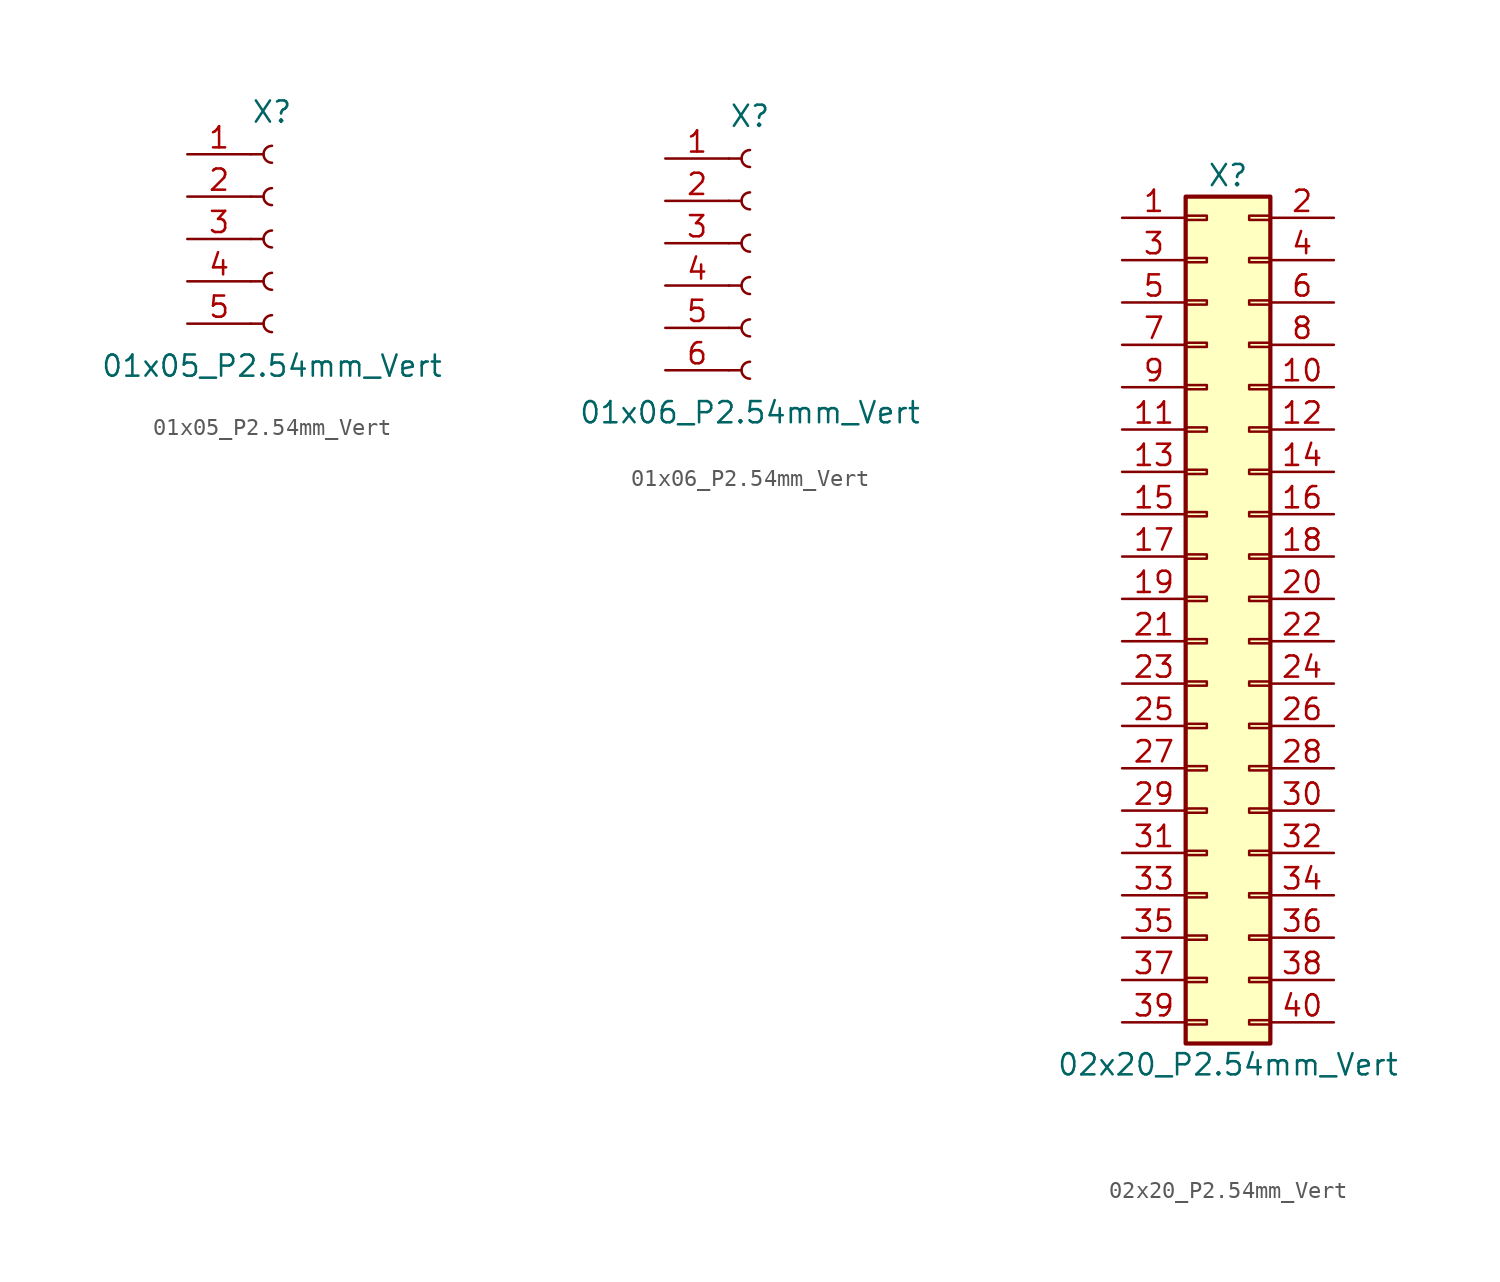
<source format=kicad_sym>
(kicad_symbol_lib
  (version 20220914)
  (generator kicad_db_lib)
  (symbol "01x05_P2.54mm_Vert"
    (pin_names
      (offset 1.016) hide)
    (property "Reference" "X"
      (at 0 7.62 0)
      (effects (font (size 1.27 1.27))))
    (property "Value" "01x05_P2.54mm_Vert"
      (at 0 -7.62 0)
      (effects (font (size 1.27 1.27))))
    (property "ki_locked" ""
      (at 0 0 0)
      (effects (font (size 1.27 1.27))))
    (symbol "01x05_P2.54mm_Vert_1_1"
      (arc (start 0 -4.572) (mid -0.5058 -5.08) (end 0 -5.588) (stroke (width 0.1524) (type default)) (fill (type none)))
      (arc (start 0 -2.032) (mid -0.5058 -2.54) (end 0 -3.048) (stroke (width 0.1524) (type default)) (fill (type none)))
      (polyline (pts (xy -1.27 -5.08) (xy -0.508 -5.08)) (stroke (width 0.152) (type default)) (fill (type none)))
      (polyline (pts (xy -1.27 -2.54) (xy -0.508 -2.54)) (stroke (width 0.152) (type default)) (fill (type none)))
      (polyline (pts (xy -1.27 0) (xy -0.508 0)) (stroke (width 0.152) (type default)) (fill (type none)))
      (polyline (pts (xy -1.27 2.54) (xy -0.508 2.54)) (stroke (width 0.152) (type default)) (fill (type none)))
      (polyline (pts (xy -1.27 5.08) (xy -0.508 5.08)) (stroke (width 0.152) (type default)) (fill (type none)))
      (arc (start 0 0.508) (mid -0.5058 0) (end 0 -0.508) (stroke (width 0.1524) (type default)) (fill (type none)))
      (arc (start 0 3.048) (mid -0.5058 2.54) (end 0 2.032) (stroke (width 0.1524) (type default)) (fill (type none)))
      (arc (start 0 5.588) (mid -0.5058 5.08) (end 0 4.572) (stroke (width 0.1524) (type default)) (fill (type none)))
      (pin passive line (at -5.08 5.08 0) (length 3.81) (name "Pin_1" (effects (font (size 1.27 1.27)))) (number "1" (effects (font (size 1.27 1.27)))))
      (pin passive line (at -5.08 2.54 0) (length 3.81) (name "Pin_2" (effects (font (size 1.27 1.27)))) (number "2" (effects (font (size 1.27 1.27)))))
      (pin passive line (at -5.08 0 0) (length 3.81) (name "Pin_3" (effects (font (size 1.27 1.27)))) (number "3" (effects (font (size 1.27 1.27)))))
      (pin passive line (at -5.08 -2.54 0) (length 3.81) (name "Pin_4" (effects (font (size 1.27 1.27)))) (number "4" (effects (font (size 1.27 1.27)))))
      (pin passive line (at -5.08 -5.08 0) (length 3.81) (name "Pin_5" (effects (font (size 1.27 1.27)))) (number "5" (effects (font (size 1.27 1.27)))))))
  (symbol "01x06_P2.54mm_Vert"
    (pin_names
      (offset 1.016) hide)
    (property "Reference" "X"
      (at 0 7.62 0)
      (effects (font (size 1.27 1.27))))
    (property "Value" "01x06_P2.54mm_Vert"
      (at 0 -10.16 0)
      (effects (font (size 1.27 1.27))))
    (property "ki_locked" ""
      (at 0 0 0)
      (effects (font (size 1.27 1.27))))
    (symbol "01x06_P2.54mm_Vert_1_1"
      (arc (start 0 -7.112) (mid -0.5058 -7.62) (end 0 -8.128) (stroke (width 0.1524) (type default)) (fill (type none)))
      (arc (start 0 -4.572) (mid -0.5058 -5.08) (end 0 -5.588) (stroke (width 0.1524) (type default)) (fill (type none)))
      (arc (start 0 -2.032) (mid -0.5058 -2.54) (end 0 -3.048) (stroke (width 0.1524) (type default)) (fill (type none)))
      (polyline (pts (xy -1.27 -7.62) (xy -0.508 -7.62)) (stroke (width 0.152) (type default)) (fill (type none)))
      (polyline (pts (xy -1.27 -5.08) (xy -0.508 -5.08)) (stroke (width 0.152) (type default)) (fill (type none)))
      (polyline (pts (xy -1.27 -2.54) (xy -0.508 -2.54)) (stroke (width 0.152) (type default)) (fill (type none)))
      (polyline (pts (xy -1.27 0) (xy -0.508 0)) (stroke (width 0.152) (type default)) (fill (type none)))
      (polyline (pts (xy -1.27 2.54) (xy -0.508 2.54)) (stroke (width 0.152) (type default)) (fill (type none)))
      (polyline (pts (xy -1.27 5.08) (xy -0.508 5.08)) (stroke (width 0.152) (type default)) (fill (type none)))
      (arc (start 0 0.508) (mid -0.5058 0) (end 0 -0.508) (stroke (width 0.1524) (type default)) (fill (type none)))
      (arc (start 0 3.048) (mid -0.5058 2.54) (end 0 2.032) (stroke (width 0.1524) (type default)) (fill (type none)))
      (arc (start 0 5.588) (mid -0.5058 5.08) (end 0 4.572) (stroke (width 0.1524) (type default)) (fill (type none)))
      (pin passive line (at -5.08 5.08 0) (length 3.81) (name "Pin_1" (effects (font (size 1.27 1.27)))) (number "1" (effects (font (size 1.27 1.27)))))
      (pin passive line (at -5.08 2.54 0) (length 3.81) (name "Pin_2" (effects (font (size 1.27 1.27)))) (number "2" (effects (font (size 1.27 1.27)))))
      (pin passive line (at -5.08 0 0) (length 3.81) (name "Pin_3" (effects (font (size 1.27 1.27)))) (number "3" (effects (font (size 1.27 1.27)))))
      (pin passive line (at -5.08 -2.54 0) (length 3.81) (name "Pin_4" (effects (font (size 1.27 1.27)))) (number "4" (effects (font (size 1.27 1.27)))))
      (pin passive line (at -5.08 -5.08 0) (length 3.81) (name "Pin_5" (effects (font (size 1.27 1.27)))) (number "5" (effects (font (size 1.27 1.27)))))
      (pin passive line (at -5.08 -7.62 0) (length 3.81) (name "Pin_6" (effects (font (size 1.27 1.27)))) (number "6" (effects (font (size 1.27 1.27)))))))
  (symbol "02x20_P2.54mm_Vert"
    (pin_names
      (offset 1.016) hide)
    (property "Reference" "X"
      (at 1.27 25.4 0)
      (effects (font (size 1.27 1.27))))
    (property "Value" "02x20_P2.54mm_Vert"
      (at 1.27 -27.94 0)
      (effects (font (size 1.27 1.27))))
    (symbol "02x20_P2.54mm_Vert_1_1"
      (rectangle (start -1.27 -25.273) (end 0 -25.527) (stroke (width 0.152) (type default)) (fill (type none)))
      (rectangle (start -1.27 -22.733) (end 0 -22.987) (stroke (width 0.152) (type default)) (fill (type none)))
      (rectangle (start -1.27 -20.193) (end 0 -20.447) (stroke (width 0.152) (type default)) (fill (type none)))
      (rectangle (start -1.27 -17.653) (end 0 -17.907) (stroke (width 0.152) (type default)) (fill (type none)))
      (rectangle (start -1.27 -15.113) (end 0 -15.367) (stroke (width 0.152) (type default)) (fill (type none)))
      (rectangle (start -1.27 -12.573) (end 0 -12.827) (stroke (width 0.152) (type default)) (fill (type none)))
      (rectangle (start -1.27 -10.033) (end 0 -10.287) (stroke (width 0.152) (type default)) (fill (type none)))
      (rectangle (start -1.27 -7.493) (end 0 -7.747) (stroke (width 0.152) (type default)) (fill (type none)))
      (rectangle (start -1.27 -4.953) (end 0 -5.207) (stroke (width 0.152) (type default)) (fill (type none)))
      (rectangle (start -1.27 -2.413) (end 0 -2.667) (stroke (width 0.152) (type default)) (fill (type none)))
      (rectangle (start -1.27 0.127) (end 0 -0.127) (stroke (width 0.152) (type default)) (fill (type none)))
      (rectangle (start -1.27 2.667) (end 0 2.413) (stroke (width 0.152) (type default)) (fill (type none)))
      (rectangle (start -1.27 5.207) (end 0 4.953) (stroke (width 0.152) (type default)) (fill (type none)))
      (rectangle (start -1.27 7.747) (end 0 7.493) (stroke (width 0.152) (type default)) (fill (type none)))
      (rectangle (start -1.27 10.287) (end 0 10.033) (stroke (width 0.152) (type default)) (fill (type none)))
      (rectangle (start -1.27 12.827) (end 0 12.573) (stroke (width 0.152) (type default)) (fill (type none)))
      (rectangle (start -1.27 15.367) (end 0 15.113) (stroke (width 0.152) (type default)) (fill (type none)))
      (rectangle (start -1.27 17.907) (end 0 17.653) (stroke (width 0.152) (type default)) (fill (type none)))
      (rectangle (start -1.27 20.447) (end 0 20.193) (stroke (width 0.152) (type default)) (fill (type none)))
      (rectangle (start -1.27 22.987) (end 0 22.733) (stroke (width 0.152) (type default)) (fill (type none)))
      (rectangle (start -1.27 24.13) (end 3.81 -26.67) (stroke (width 0.254) (type default)) (fill (type background)))
      (rectangle (start 3.81 -25.273) (end 2.54 -25.527) (stroke (width 0.152) (type default)) (fill (type none)))
      (rectangle (start 3.81 -22.733) (end 2.54 -22.987) (stroke (width 0.152) (type default)) (fill (type none)))
      (rectangle (start 3.81 -20.193) (end 2.54 -20.447) (stroke (width 0.152) (type default)) (fill (type none)))
      (rectangle (start 3.81 -17.653) (end 2.54 -17.907) (stroke (width 0.152) (type default)) (fill (type none)))
      (rectangle (start 3.81 -15.113) (end 2.54 -15.367) (stroke (width 0.152) (type default)) (fill (type none)))
      (rectangle (start 3.81 -12.573) (end 2.54 -12.827) (stroke (width 0.152) (type default)) (fill (type none)))
      (rectangle (start 3.81 -10.033) (end 2.54 -10.287) (stroke (width 0.152) (type default)) (fill (type none)))
      (rectangle (start 3.81 -7.493) (end 2.54 -7.747) (stroke (width 0.152) (type default)) (fill (type none)))
      (rectangle (start 3.81 -4.953) (end 2.54 -5.207) (stroke (width 0.152) (type default)) (fill (type none)))
      (rectangle (start 3.81 -2.413) (end 2.54 -2.667) (stroke (width 0.152) (type default)) (fill (type none)))
      (rectangle (start 3.81 0.127) (end 2.54 -0.127) (stroke (width 0.152) (type default)) (fill (type none)))
      (rectangle (start 3.81 2.667) (end 2.54 2.413) (stroke (width 0.152) (type default)) (fill (type none)))
      (rectangle (start 3.81 5.207) (end 2.54 4.953) (stroke (width 0.152) (type default)) (fill (type none)))
      (rectangle (start 3.81 7.747) (end 2.54 7.493) (stroke (width 0.152) (type default)) (fill (type none)))
      (rectangle (start 3.81 10.287) (end 2.54 10.033) (stroke (width 0.152) (type default)) (fill (type none)))
      (rectangle (start 3.81 12.827) (end 2.54 12.573) (stroke (width 0.152) (type default)) (fill (type none)))
      (rectangle (start 3.81 15.367) (end 2.54 15.113) (stroke (width 0.152) (type default)) (fill (type none)))
      (rectangle (start 3.81 17.907) (end 2.54 17.653) (stroke (width 0.152) (type default)) (fill (type none)))
      (rectangle (start 3.81 20.447) (end 2.54 20.193) (stroke (width 0.152) (type default)) (fill (type none)))
      (rectangle (start 3.81 22.987) (end 2.54 22.733) (stroke (width 0.152) (type default)) (fill (type none)))
      (pin passive line (at -5.08 22.86 0) (length 3.81) (name "Pin_1" (effects (font (size 1.27 1.27)))) (number "1" (effects (font (size 1.27 1.27)))))
      (pin passive line (at 7.62 12.7 180) (length 3.81) (name "Pin_10" (effects (font (size 1.27 1.27)))) (number "10" (effects (font (size 1.27 1.27)))))
      (pin passive line (at -5.08 10.16 0) (length 3.81) (name "Pin_11" (effects (font (size 1.27 1.27)))) (number "11" (effects (font (size 1.27 1.27)))))
      (pin passive line (at 7.62 10.16 180) (length 3.81) (name "Pin_12" (effects (font (size 1.27 1.27)))) (number "12" (effects (font (size 1.27 1.27)))))
      (pin passive line (at -5.08 7.62 0) (length 3.81) (name "Pin_13" (effects (font (size 1.27 1.27)))) (number "13" (effects (font (size 1.27 1.27)))))
      (pin passive line (at 7.62 7.62 180) (length 3.81) (name "Pin_14" (effects (font (size 1.27 1.27)))) (number "14" (effects (font (size 1.27 1.27)))))
      (pin passive line (at -5.08 5.08 0) (length 3.81) (name "Pin_15" (effects (font (size 1.27 1.27)))) (number "15" (effects (font (size 1.27 1.27)))))
      (pin passive line (at 7.62 5.08 180) (length 3.81) (name "Pin_16" (effects (font (size 1.27 1.27)))) (number "16" (effects (font (size 1.27 1.27)))))
      (pin passive line (at -5.08 2.54 0) (length 3.81) (name "Pin_17" (effects (font (size 1.27 1.27)))) (number "17" (effects (font (size 1.27 1.27)))))
      (pin passive line (at 7.62 2.54 180) (length 3.81) (name "Pin_18" (effects (font (size 1.27 1.27)))) (number "18" (effects (font (size 1.27 1.27)))))
      (pin passive line (at -5.08 0 0) (length 3.81) (name "Pin_19" (effects (font (size 1.27 1.27)))) (number "19" (effects (font (size 1.27 1.27)))))
      (pin passive line (at 7.62 22.86 180) (length 3.81) (name "Pin_2" (effects (font (size 1.27 1.27)))) (number "2" (effects (font (size 1.27 1.27)))))
      (pin passive line (at 7.62 0 180) (length 3.81) (name "Pin_20" (effects (font (size 1.27 1.27)))) (number "20" (effects (font (size 1.27 1.27)))))
      (pin passive line (at -5.08 -2.54 0) (length 3.81) (name "Pin_21" (effects (font (size 1.27 1.27)))) (number "21" (effects (font (size 1.27 1.27)))))
      (pin passive line (at 7.62 -2.54 180) (length 3.81) (name "Pin_22" (effects (font (size 1.27 1.27)))) (number "22" (effects (font (size 1.27 1.27)))))
      (pin passive line (at -5.08 -5.08 0) (length 3.81) (name "Pin_23" (effects (font (size 1.27 1.27)))) (number "23" (effects (font (size 1.27 1.27)))))
      (pin passive line (at 7.62 -5.08 180) (length 3.81) (name "Pin_24" (effects (font (size 1.27 1.27)))) (number "24" (effects (font (size 1.27 1.27)))))
      (pin passive line (at -5.08 -7.62 0) (length 3.81) (name "Pin_25" (effects (font (size 1.27 1.27)))) (number "25" (effects (font (size 1.27 1.27)))))
      (pin passive line (at 7.62 -7.62 180) (length 3.81) (name "Pin_26" (effects (font (size 1.27 1.27)))) (number "26" (effects (font (size 1.27 1.27)))))
      (pin passive line (at -5.08 -10.16 0) (length 3.81) (name "Pin_27" (effects (font (size 1.27 1.27)))) (number "27" (effects (font (size 1.27 1.27)))))
      (pin passive line (at 7.62 -10.16 180) (length 3.81) (name "Pin_28" (effects (font (size 1.27 1.27)))) (number "28" (effects (font (size 1.27 1.27)))))
      (pin passive line (at -5.08 -12.7 0) (length 3.81) (name "Pin_29" (effects (font (size 1.27 1.27)))) (number "29" (effects (font (size 1.27 1.27)))))
      (pin passive line (at -5.08 20.32 0) (length 3.81) (name "Pin_3" (effects (font (size 1.27 1.27)))) (number "3" (effects (font (size 1.27 1.27)))))
      (pin passive line (at 7.62 -12.7 180) (length 3.81) (name "Pin_30" (effects (font (size 1.27 1.27)))) (number "30" (effects (font (size 1.27 1.27)))))
      (pin passive line (at -5.08 -15.24 0) (length 3.81) (name "Pin_31" (effects (font (size 1.27 1.27)))) (number "31" (effects (font (size 1.27 1.27)))))
      (pin passive line (at 7.62 -15.24 180) (length 3.81) (name "Pin_32" (effects (font (size 1.27 1.27)))) (number "32" (effects (font (size 1.27 1.27)))))
      (pin passive line (at -5.08 -17.78 0) (length 3.81) (name "Pin_33" (effects (font (size 1.27 1.27)))) (number "33" (effects (font (size 1.27 1.27)))))
      (pin passive line (at 7.62 -17.78 180) (length 3.81) (name "Pin_34" (effects (font (size 1.27 1.27)))) (number "34" (effects (font (size 1.27 1.27)))))
      (pin passive line (at -5.08 -20.32 0) (length 3.81) (name "Pin_35" (effects (font (size 1.27 1.27)))) (number "35" (effects (font (size 1.27 1.27)))))
      (pin passive line (at 7.62 -20.32 180) (length 3.81) (name "Pin_36" (effects (font (size 1.27 1.27)))) (number "36" (effects (font (size 1.27 1.27)))))
      (pin passive line (at -5.08 -22.86 0) (length 3.81) (name "Pin_37" (effects (font (size 1.27 1.27)))) (number "37" (effects (font (size 1.27 1.27)))))
      (pin passive line (at 7.62 -22.86 180) (length 3.81) (name "Pin_38" (effects (font (size 1.27 1.27)))) (number "38" (effects (font (size 1.27 1.27)))))
      (pin passive line (at -5.08 -25.4 0) (length 3.81) (name "Pin_39" (effects (font (size 1.27 1.27)))) (number "39" (effects (font (size 1.27 1.27)))))
      (pin passive line (at 7.62 20.32 180) (length 3.81) (name "Pin_4" (effects (font (size 1.27 1.27)))) (number "4" (effects (font (size 1.27 1.27)))))
      (pin passive line (at 7.62 -25.4 180) (length 3.81) (name "Pin_40" (effects (font (size 1.27 1.27)))) (number "40" (effects (font (size 1.27 1.27)))))
      (pin passive line (at -5.08 17.78 0) (length 3.81) (name "Pin_5" (effects (font (size 1.27 1.27)))) (number "5" (effects (font (size 1.27 1.27)))))
      (pin passive line (at 7.62 17.78 180) (length 3.81) (name "Pin_6" (effects (font (size 1.27 1.27)))) (number "6" (effects (font (size 1.27 1.27)))))
      (pin passive line (at -5.08 15.24 0) (length 3.81) (name "Pin_7" (effects (font (size 1.27 1.27)))) (number "7" (effects (font (size 1.27 1.27)))))
      (pin passive line (at 7.62 15.24 180) (length 3.81) (name "Pin_8" (effects (font (size 1.27 1.27)))) (number "8" (effects (font (size 1.27 1.27)))))
      (pin passive line (at -5.08 12.7 0) (length 3.81) (name "Pin_9" (effects (font (size 1.27 1.27)))) (number "9" (effects (font (size 1.27 1.27))))))))
</source>
